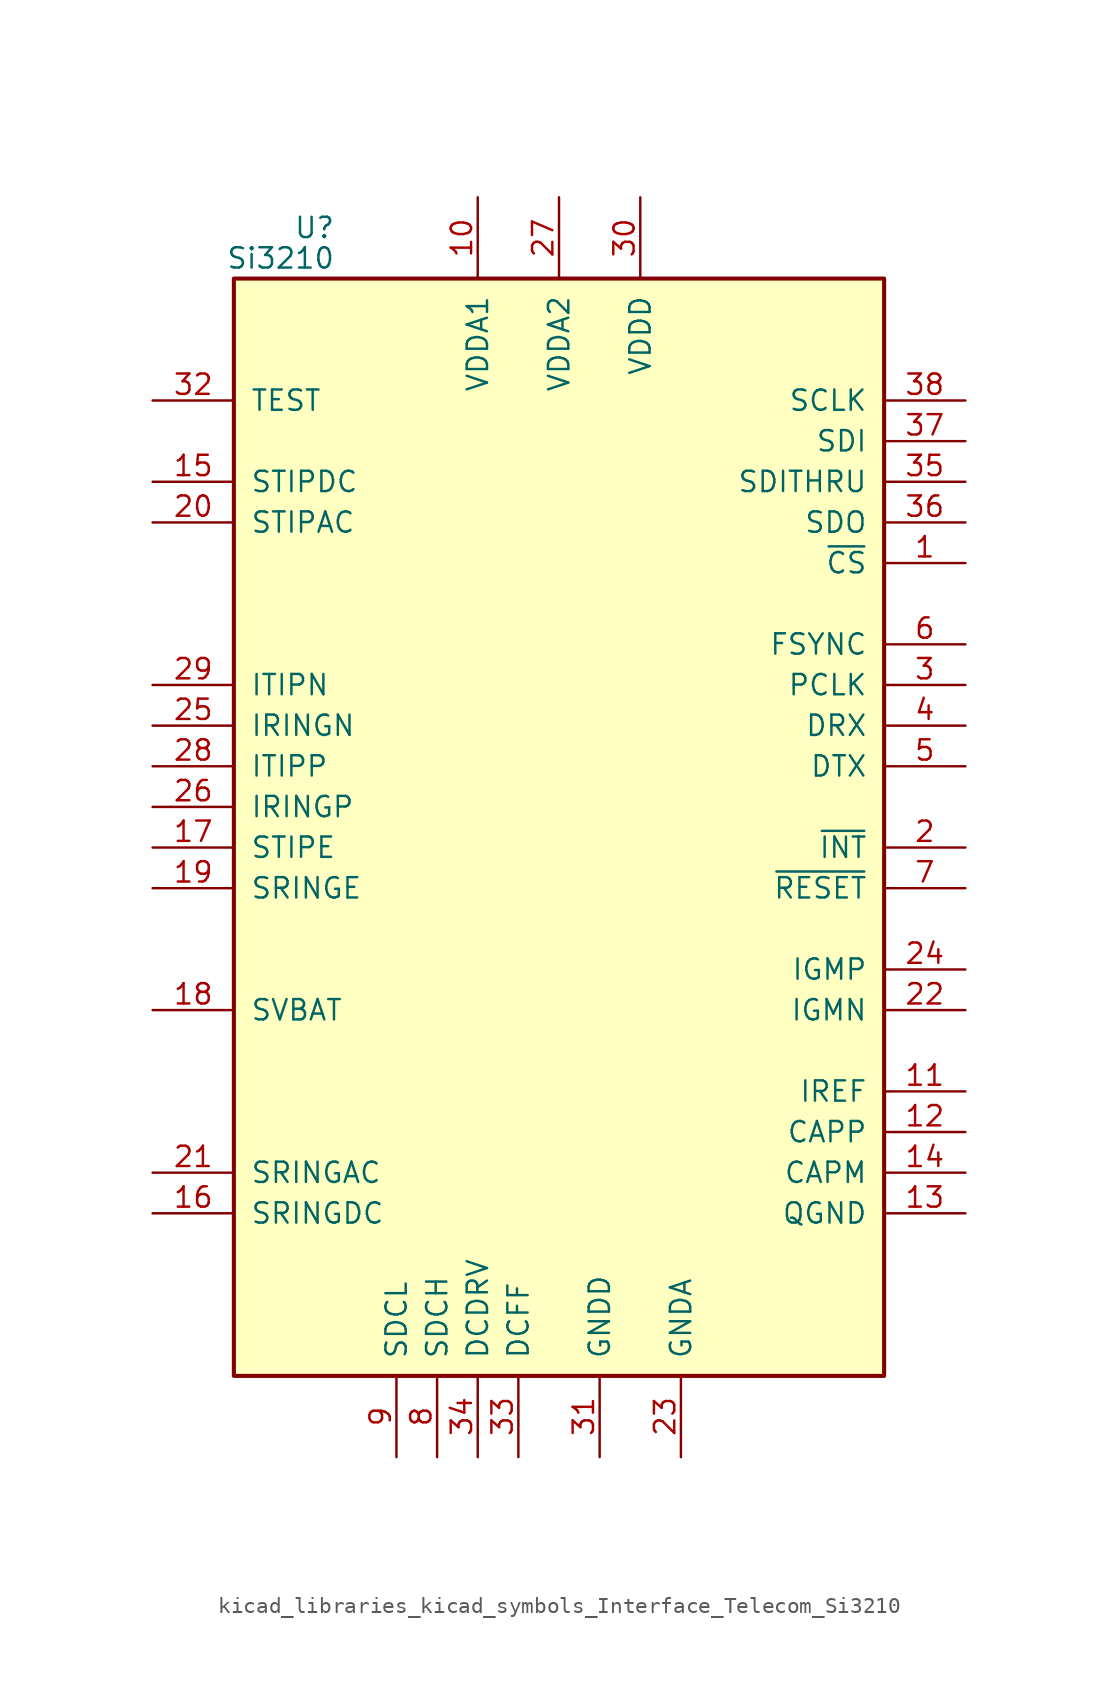
<source format=kicad_sym>
(kicad_symbol_lib
  (version 20220914)
  (generator kicad_symbol_editor)
  (symbol "kicad_libraries_kicad_symbols_Interface_Telecom_Si3210"
    (pin_names
      (offset 1.016))
    (property "Reference" "U"
      (at -13.97 36.195 0)
      (effects (font (size 1.27 1.27)) (justify right)))
    (property "Value" "Si3210"
      (at -13.97 34.29 0)
      (effects (font (size 1.27 1.27)) (justify right)))
    (symbol "kicad_libraries_kicad_symbols_Interface_Telecom_Si3210_0_1"
      (rectangle (start -20.32 33.02) (end 20.32 -35.56) (stroke (width 0.254) (type default)) (fill (type background))))
    (symbol "kicad_libraries_kicad_symbols_Interface_Telecom_Si3210_1_1"
      (pin input line (at 25.4 15.24 180) (length 5.08) (name "~{CS}" (effects (font (size 1.27 1.27)))) (number "1" (effects (font (size 1.27 1.27)))))
      (pin power_in line (at -5.08 38.1 270) (length 5.08) (name "VDDA1" (effects (font (size 1.27 1.27)))) (number "10" (effects (font (size 1.27 1.27)))))
      (pin output line (at 25.4 -17.78 180) (length 5.08) (name "IREF" (effects (font (size 1.27 1.27)))) (number "11" (effects (font (size 1.27 1.27)))))
      (pin output line (at 25.4 -20.32 180) (length 5.08) (name "CAPP" (effects (font (size 1.27 1.27)))) (number "12" (effects (font (size 1.27 1.27)))))
      (pin power_in line (at 25.4 -25.4 180) (length 5.08) (name "QGND" (effects (font (size 1.27 1.27)))) (number "13" (effects (font (size 1.27 1.27)))))
      (pin output line (at 25.4 -22.86 180) (length 5.08) (name "CAPM" (effects (font (size 1.27 1.27)))) (number "14" (effects (font (size 1.27 1.27)))))
      (pin input line (at -25.4 20.32 0) (length 5.08) (name "STIPDC" (effects (font (size 1.27 1.27)))) (number "15" (effects (font (size 1.27 1.27)))))
      (pin input line (at -25.4 -25.4 0) (length 5.08) (name "SRINGDC" (effects (font (size 1.27 1.27)))) (number "16" (effects (font (size 1.27 1.27)))))
      (pin input line (at -25.4 -2.54 0) (length 5.08) (name "STIPE" (effects (font (size 1.27 1.27)))) (number "17" (effects (font (size 1.27 1.27)))))
      (pin input line (at -25.4 -12.7 0) (length 5.08) (name "SVBAT" (effects (font (size 1.27 1.27)))) (number "18" (effects (font (size 1.27 1.27)))))
      (pin input line (at -25.4 -5.08 0) (length 5.08) (name "SRINGE" (effects (font (size 1.27 1.27)))) (number "19" (effects (font (size 1.27 1.27)))))
      (pin output line (at 25.4 -2.54 180) (length 5.08) (name "~{INT}" (effects (font (size 1.27 1.27)))) (number "2" (effects (font (size 1.27 1.27)))))
      (pin input line (at -25.4 17.78 0) (length 5.08) (name "STIPAC" (effects (font (size 1.27 1.27)))) (number "20" (effects (font (size 1.27 1.27)))))
      (pin input line (at -25.4 -22.86 0) (length 5.08) (name "SRINGAC" (effects (font (size 1.27 1.27)))) (number "21" (effects (font (size 1.27 1.27)))))
      (pin output line (at 25.4 -12.7 180) (length 5.08) (name "IGMN" (effects (font (size 1.27 1.27)))) (number "22" (effects (font (size 1.27 1.27)))))
      (pin power_in line (at 7.62 -40.64 90) (length 5.08) (name "GNDA" (effects (font (size 1.27 1.27)))) (number "23" (effects (font (size 1.27 1.27)))))
      (pin output line (at 25.4 -10.16 180) (length 5.08) (name "IGMP" (effects (font (size 1.27 1.27)))) (number "24" (effects (font (size 1.27 1.27)))))
      (pin input line (at -25.4 5.08 0) (length 5.08) (name "IRINGN" (effects (font (size 1.27 1.27)))) (number "25" (effects (font (size 1.27 1.27)))))
      (pin input line (at -25.4 0 0) (length 5.08) (name "IRINGP" (effects (font (size 1.27 1.27)))) (number "26" (effects (font (size 1.27 1.27)))))
      (pin power_in line (at 0 38.1 270) (length 5.08) (name "VDDA2" (effects (font (size 1.27 1.27)))) (number "27" (effects (font (size 1.27 1.27)))))
      (pin input line (at -25.4 2.54 0) (length 5.08) (name "ITIPP" (effects (font (size 1.27 1.27)))) (number "28" (effects (font (size 1.27 1.27)))))
      (pin input line (at -25.4 7.62 0) (length 5.08) (name "ITIPN" (effects (font (size 1.27 1.27)))) (number "29" (effects (font (size 1.27 1.27)))))
      (pin input line (at 25.4 7.62 180) (length 5.08) (name "PCLK" (effects (font (size 1.27 1.27)))) (number "3" (effects (font (size 1.27 1.27)))))
      (pin power_in line (at 5.08 38.1 270) (length 5.08) (name "VDDD" (effects (font (size 1.27 1.27)))) (number "30" (effects (font (size 1.27 1.27)))))
      (pin power_in line (at 2.54 -40.64 90) (length 5.08) (name "GNDD" (effects (font (size 1.27 1.27)))) (number "31" (effects (font (size 1.27 1.27)))))
      (pin input line (at -25.4 25.4 0) (length 5.08) (name "TEST" (effects (font (size 1.27 1.27)))) (number "32" (effects (font (size 1.27 1.27)))))
      (pin output line (at -2.54 -40.64 90) (length 5.08) (name "DCFF" (effects (font (size 1.27 1.27)))) (number "33" (effects (font (size 1.27 1.27)))))
      (pin output line (at -5.08 -40.64 90) (length 5.08) (name "DCDRV" (effects (font (size 1.27 1.27)))) (number "34" (effects (font (size 1.27 1.27)))))
      (pin output line (at 25.4 20.32 180) (length 5.08) (name "SDITHRU" (effects (font (size 1.27 1.27)))) (number "35" (effects (font (size 1.27 1.27)))))
      (pin output line (at 25.4 17.78 180) (length 5.08) (name "SDO" (effects (font (size 1.27 1.27)))) (number "36" (effects (font (size 1.27 1.27)))))
      (pin input line (at 25.4 22.86 180) (length 5.08) (name "SDI" (effects (font (size 1.27 1.27)))) (number "37" (effects (font (size 1.27 1.27)))))
      (pin input line (at 25.4 25.4 180) (length 5.08) (name "SCLK" (effects (font (size 1.27 1.27)))) (number "38" (effects (font (size 1.27 1.27)))))
      (pin input line (at 25.4 5.08 180) (length 5.08) (name "DRX" (effects (font (size 1.27 1.27)))) (number "4" (effects (font (size 1.27 1.27)))))
      (pin output line (at 25.4 2.54 180) (length 5.08) (name "DTX" (effects (font (size 1.27 1.27)))) (number "5" (effects (font (size 1.27 1.27)))))
      (pin input line (at 25.4 10.16 180) (length 5.08) (name "FSYNC" (effects (font (size 1.27 1.27)))) (number "6" (effects (font (size 1.27 1.27)))))
      (pin input line (at 25.4 -5.08 180) (length 5.08) (name "~{RESET}" (effects (font (size 1.27 1.27)))) (number "7" (effects (font (size 1.27 1.27)))))
      (pin output line (at -7.62 -40.64 90) (length 5.08) (name "SDCH" (effects (font (size 1.27 1.27)))) (number "8" (effects (font (size 1.27 1.27)))))
      (pin output line (at -10.16 -40.64 90) (length 5.08) (name "SDCL" (effects (font (size 1.27 1.27)))) (number "9" (effects (font (size 1.27 1.27))))))))
</source>
